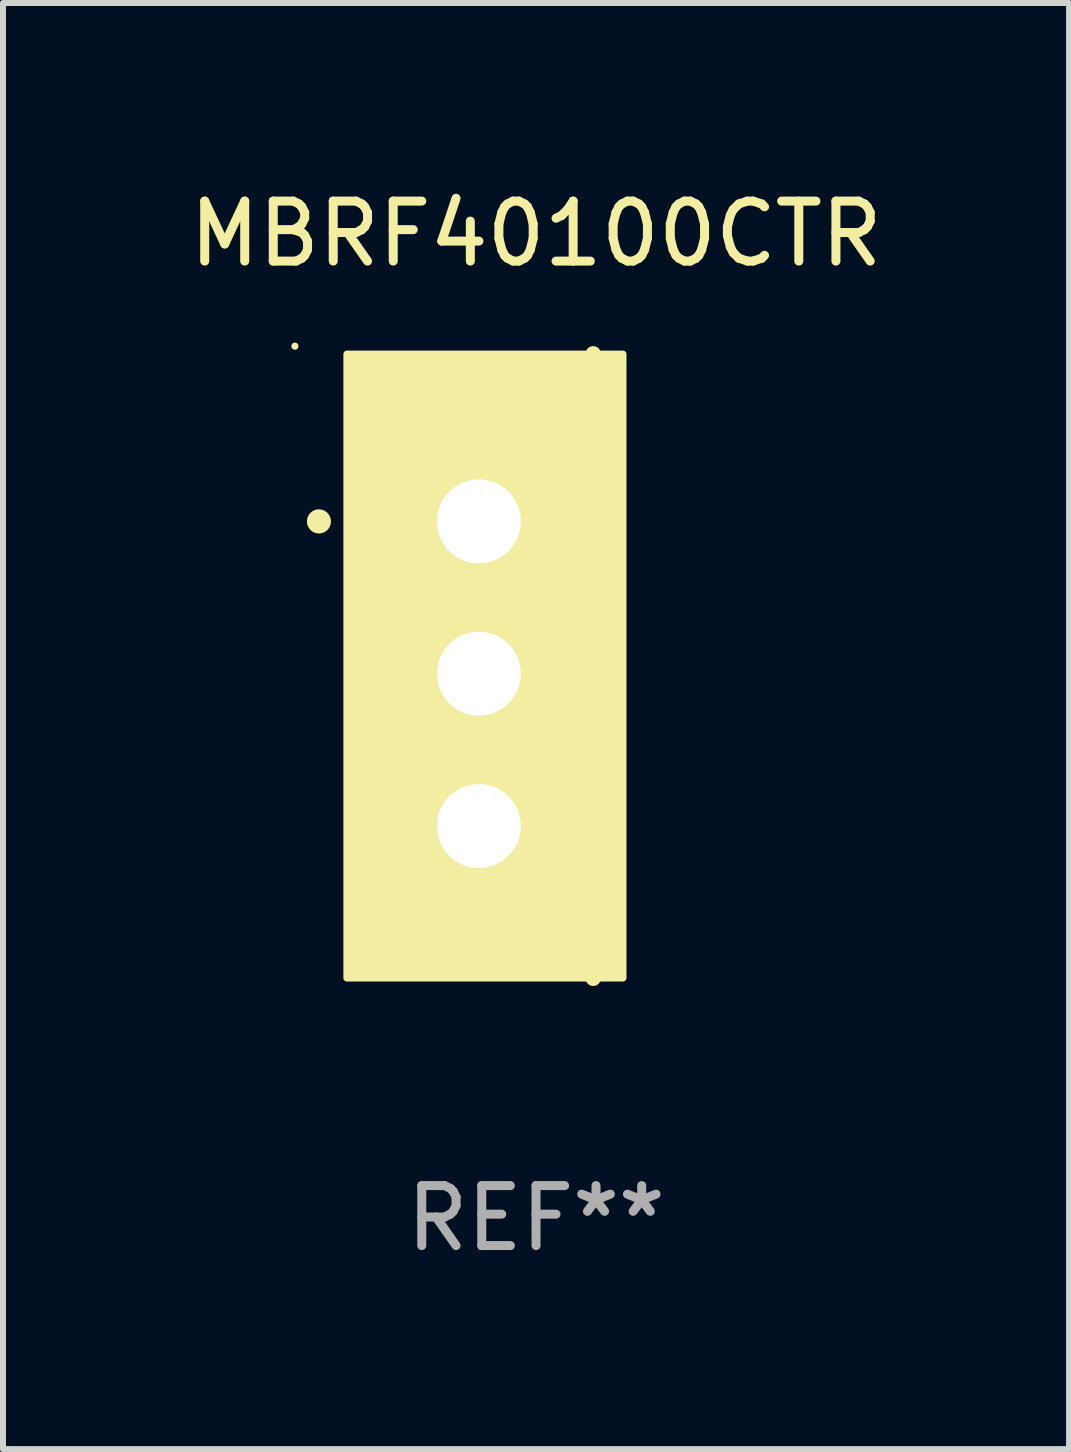
<source format=kicad_pcb>
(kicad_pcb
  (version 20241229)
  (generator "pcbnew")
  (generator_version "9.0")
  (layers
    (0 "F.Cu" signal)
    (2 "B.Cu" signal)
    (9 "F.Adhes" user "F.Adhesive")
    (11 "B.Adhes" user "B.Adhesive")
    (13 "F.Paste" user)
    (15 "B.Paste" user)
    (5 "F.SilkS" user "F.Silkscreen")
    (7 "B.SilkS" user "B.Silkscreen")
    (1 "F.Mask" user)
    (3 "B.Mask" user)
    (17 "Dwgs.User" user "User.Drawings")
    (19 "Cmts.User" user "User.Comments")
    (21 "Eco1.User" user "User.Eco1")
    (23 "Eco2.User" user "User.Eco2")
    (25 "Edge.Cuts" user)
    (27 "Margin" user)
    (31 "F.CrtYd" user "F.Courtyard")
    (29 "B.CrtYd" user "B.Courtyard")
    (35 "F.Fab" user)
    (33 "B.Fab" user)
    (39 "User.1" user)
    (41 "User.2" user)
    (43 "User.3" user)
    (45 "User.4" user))
  (footprint "MBRF40100CTR"
    (layer "F.Cu")
    (at 5.887 8.055)
    (property "Reference" "MBRF40100CTR" (at 0 -7.207 0) (layer "F.SilkS") (effects (font (size 1 1) (thickness 0.15))))
    (attr through_hole)
    (fp_line (start 0.953 5.207) (end 0.953 -5.207) (stroke (width 0.254) (type solid)) (layer "F.SilkS"))
    (fp_arc (start -3.619507 -2.410465) (mid -3.619511 -2.411735) (end -3.619507 -2.413005) (stroke (width 0.4) (type solid)) (layer "F.SilkS"))
    (fp_circle (center -4.02 -5.334) (end -3.99 -5.334) (stroke (width 0.06) (type solid)) (fill no) (layer "F.SilkS"))
    (fp_poly (pts (xy -3.152 -5.2) (xy 1.448 -5.2) (xy 1.448 5.2) (xy -3.152 5.2)) (stroke (width 0.12) (type solid)) (fill yes) (layer "F.SilkS"))
    (fp_text user "REF**" (at 0 9.207 0) (layer "F.Fab") (effects (font (size 1 1) (thickness 0.15))))
    (pad "1" thru_hole rect (at -0.953 -2.413 270) (size 2 2.5) (drill 1.4) (layers "*.Cu" "*.Mask"))
    (pad "2" thru_hole oval (at -0.953 0.127 270) (size 2 2.5) (drill 1.4) (layers "*.Cu" "*.Mask"))
    (pad "3" thru_hole oval (at -0.953 2.667 270) (size 2 2.5) (drill 1.4) (layers "*.Cu" "*.Mask")))
  (gr_rect
    (start -3 -3)
    (end 14.774 21.111)
    (stroke (width 0.1) (type default))
    (fill no)
    (layer "Edge.Cuts")))
</source>
